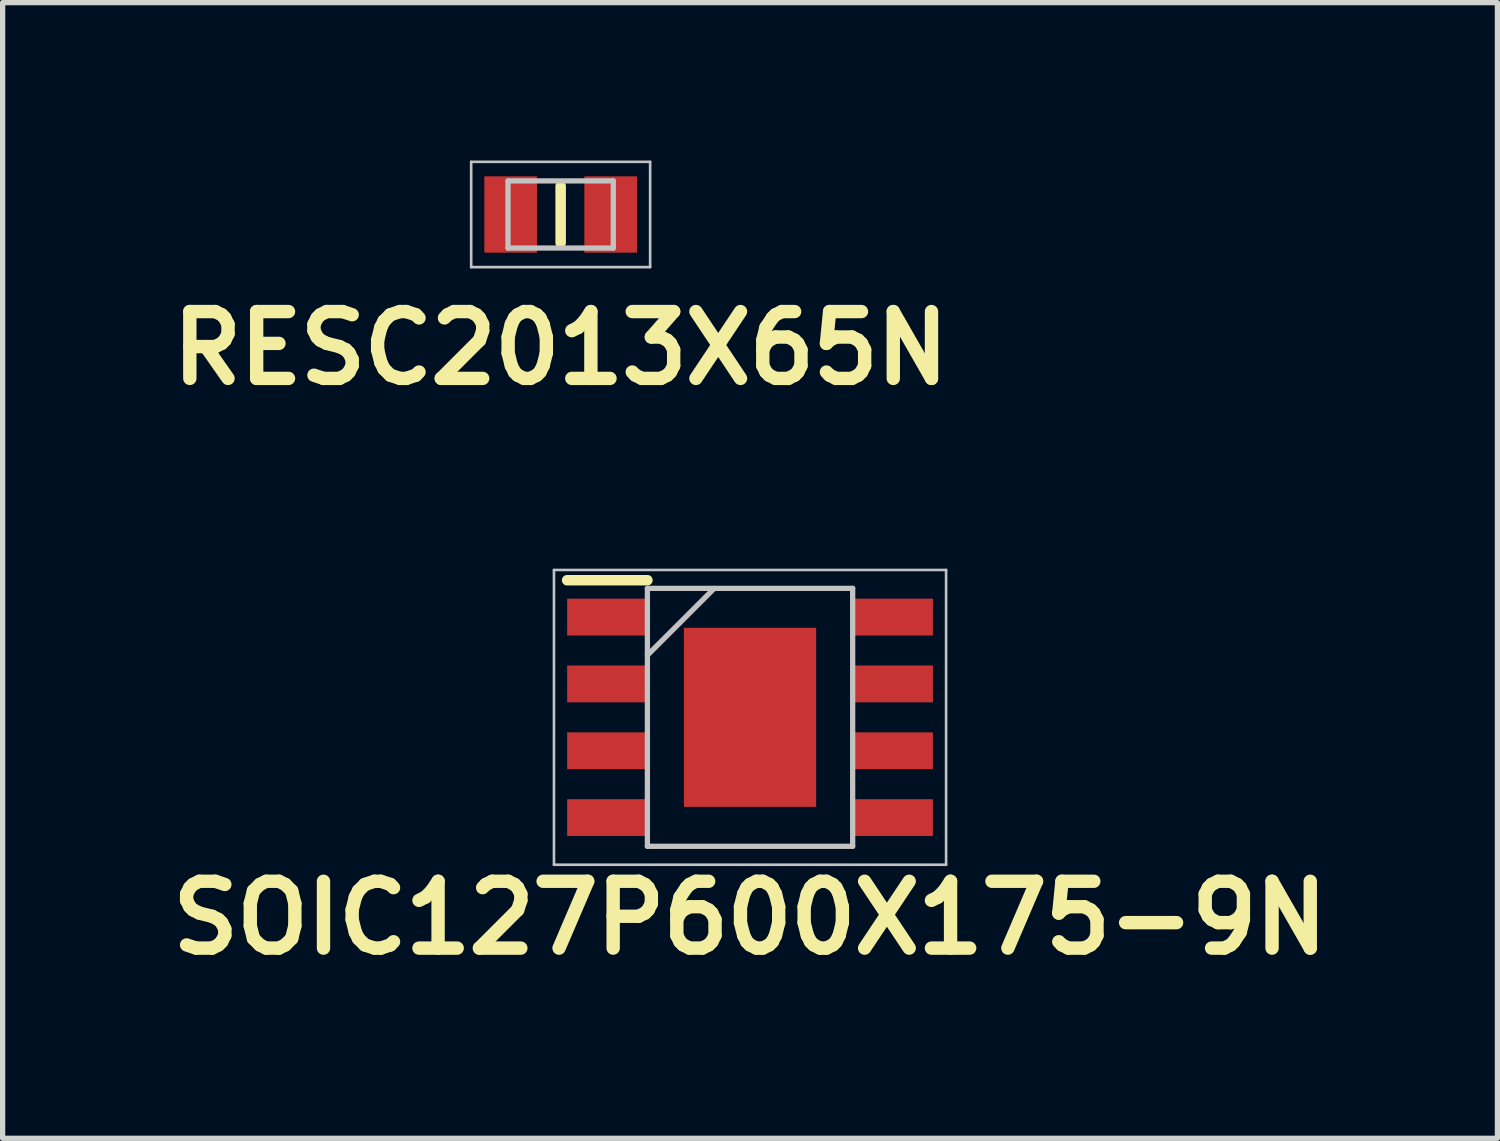
<source format=kicad_pcb>
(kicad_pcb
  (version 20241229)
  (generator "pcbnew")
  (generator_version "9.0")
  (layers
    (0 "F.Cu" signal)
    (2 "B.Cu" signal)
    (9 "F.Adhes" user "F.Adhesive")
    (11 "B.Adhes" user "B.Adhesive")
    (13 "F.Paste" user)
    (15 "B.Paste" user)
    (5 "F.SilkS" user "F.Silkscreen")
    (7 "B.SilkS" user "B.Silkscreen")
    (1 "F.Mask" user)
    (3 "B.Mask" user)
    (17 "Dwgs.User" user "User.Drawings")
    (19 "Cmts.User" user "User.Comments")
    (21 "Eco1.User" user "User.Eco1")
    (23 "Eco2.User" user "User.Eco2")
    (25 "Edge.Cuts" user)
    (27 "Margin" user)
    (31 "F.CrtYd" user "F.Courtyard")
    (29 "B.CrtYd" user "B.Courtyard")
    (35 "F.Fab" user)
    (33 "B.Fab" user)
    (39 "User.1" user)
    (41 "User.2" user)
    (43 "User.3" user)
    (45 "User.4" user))
  (footprint "RESC2013X65N"
    (layer "F.Cu")
    (at 7.602 1.025)
    (property "Reference" "RESC2013X65N" (at 0 2.54 0) (unlocked yes) (layer "F.SilkS") (effects (font (size 1.27 1.27) (thickness 0.254))))
    (attr smd)
    (fp_line (start 0 -0.538) (end 0 0.538) (stroke (width 0.2) (type solid)) (layer "F.SilkS"))
    (fp_line (start -1.7 -1) (end 1.7 -1) (stroke (width 0.05) (type solid)) (layer "Dwgs.User"))
    (fp_line (start -1.7 1) (end -1.7 -1) (stroke (width 0.05) (type solid)) (layer "Dwgs.User"))
    (fp_line (start -1 -0.638) (end 1 -0.638) (stroke (width 0.1) (type solid)) (layer "Dwgs.User"))
    (fp_line (start -1 0.638) (end -1 -0.638) (stroke (width 0.1) (type solid)) (layer "Dwgs.User"))
    (fp_line (start 1 -0.638) (end 1 0.638) (stroke (width 0.1) (type solid)) (layer "Dwgs.User"))
    (fp_line (start 1 0.638) (end -1 0.638) (stroke (width 0.1) (type solid)) (layer "Dwgs.User"))
    (fp_line (start 1.7 -1) (end 1.7 1) (stroke (width 0.05) (type solid)) (layer "Dwgs.User"))
    (fp_line (start 1.7 1) (end -1.7 1) (stroke (width 0.05) (type solid)) (layer "Dwgs.User"))
    (pad "1" smd rect (at -0.95 0) (size 1 1.45) (layers "F.Cu" "F.Mask" "F.Paste"))
    (pad "2" smd rect (at 0.95 0) (size 1 1.45) (layers "F.Cu" "F.Mask" "F.Paste")))
  (footprint "SOIC127P600X175-9N"
    (layer "F.Cu")
    (at 11.2 10.579)
    (property "Reference" "SOIC127P600X175-9N" (at 0 3.81 0) (unlocked yes) (layer "F.SilkS") (effects (font (size 1.27 1.27) (thickness 0.254))))
    (attr smd)
    (fp_line (start -3.475 -2.605) (end -1.95 -2.605) (stroke (width 0.2) (type solid)) (layer "F.SilkS"))
    (fp_line (start -3.725 -2.8) (end 3.725 -2.8) (stroke (width 0.05) (type solid)) (layer "Dwgs.User"))
    (fp_line (start -3.725 2.8) (end -3.725 -2.8) (stroke (width 0.05) (type solid)) (layer "Dwgs.User"))
    (fp_line (start -1.95 -2.45) (end 1.95 -2.45) (stroke (width 0.1) (type solid)) (layer "Dwgs.User"))
    (fp_line (start -1.95 -1.18) (end -0.68 -2.45) (stroke (width 0.1) (type solid)) (layer "Dwgs.User"))
    (fp_line (start -1.95 2.45) (end -1.95 -2.45) (stroke (width 0.1) (type solid)) (layer "Dwgs.User"))
    (fp_line (start 1.95 -2.45) (end 1.95 2.45) (stroke (width 0.1) (type solid)) (layer "Dwgs.User"))
    (fp_line (start 1.95 2.45) (end -1.95 2.45) (stroke (width 0.1) (type solid)) (layer "Dwgs.User"))
    (fp_line (start 3.725 -2.8) (end 3.725 2.8) (stroke (width 0.05) (type solid)) (layer "Dwgs.User"))
    (fp_line (start 3.725 2.8) (end -3.725 2.8) (stroke (width 0.05) (type solid)) (layer "Dwgs.User"))
    (pad "1" smd rect (at -2.712 -1.905 90) (size 0.7 1.525) (layers "F.Cu" "F.Mask" "F.Paste"))
    (pad "2" smd rect (at -2.712 -0.635 90) (size 0.7 1.525) (layers "F.Cu" "F.Mask" "F.Paste"))
    (pad "3" smd rect (at -2.712 0.635 90) (size 0.7 1.525) (layers "F.Cu" "F.Mask" "F.Paste"))
    (pad "4" smd rect (at -2.712 1.905 90) (size 0.7 1.525) (layers "F.Cu" "F.Mask" "F.Paste"))
    (pad "5" smd rect (at 2.712 1.905 90) (size 0.7 1.525) (layers "F.Cu" "F.Mask" "F.Paste"))
    (pad "6" smd rect (at 2.712 0.635 90) (size 0.7 1.525) (layers "F.Cu" "F.Mask" "F.Paste"))
    (pad "7" smd rect (at 2.712 -0.635 90) (size 0.7 1.525) (layers "F.Cu" "F.Mask" "F.Paste"))
    (pad "8" smd rect (at 2.712 -1.905 90) (size 0.7 1.525) (layers "F.Cu" "F.Mask" "F.Paste"))
    (pad "9" smd rect (at 0 0) (size 2.513 3.402) (layers "F.Cu" "F.Mask" "F.Paste")))
  (gr_rect
    (start -3 -3)
    (end 25.4 18.577)
    (stroke (width 0.1) (type default))
    (fill no)
    (layer "Edge.Cuts")))
</source>
